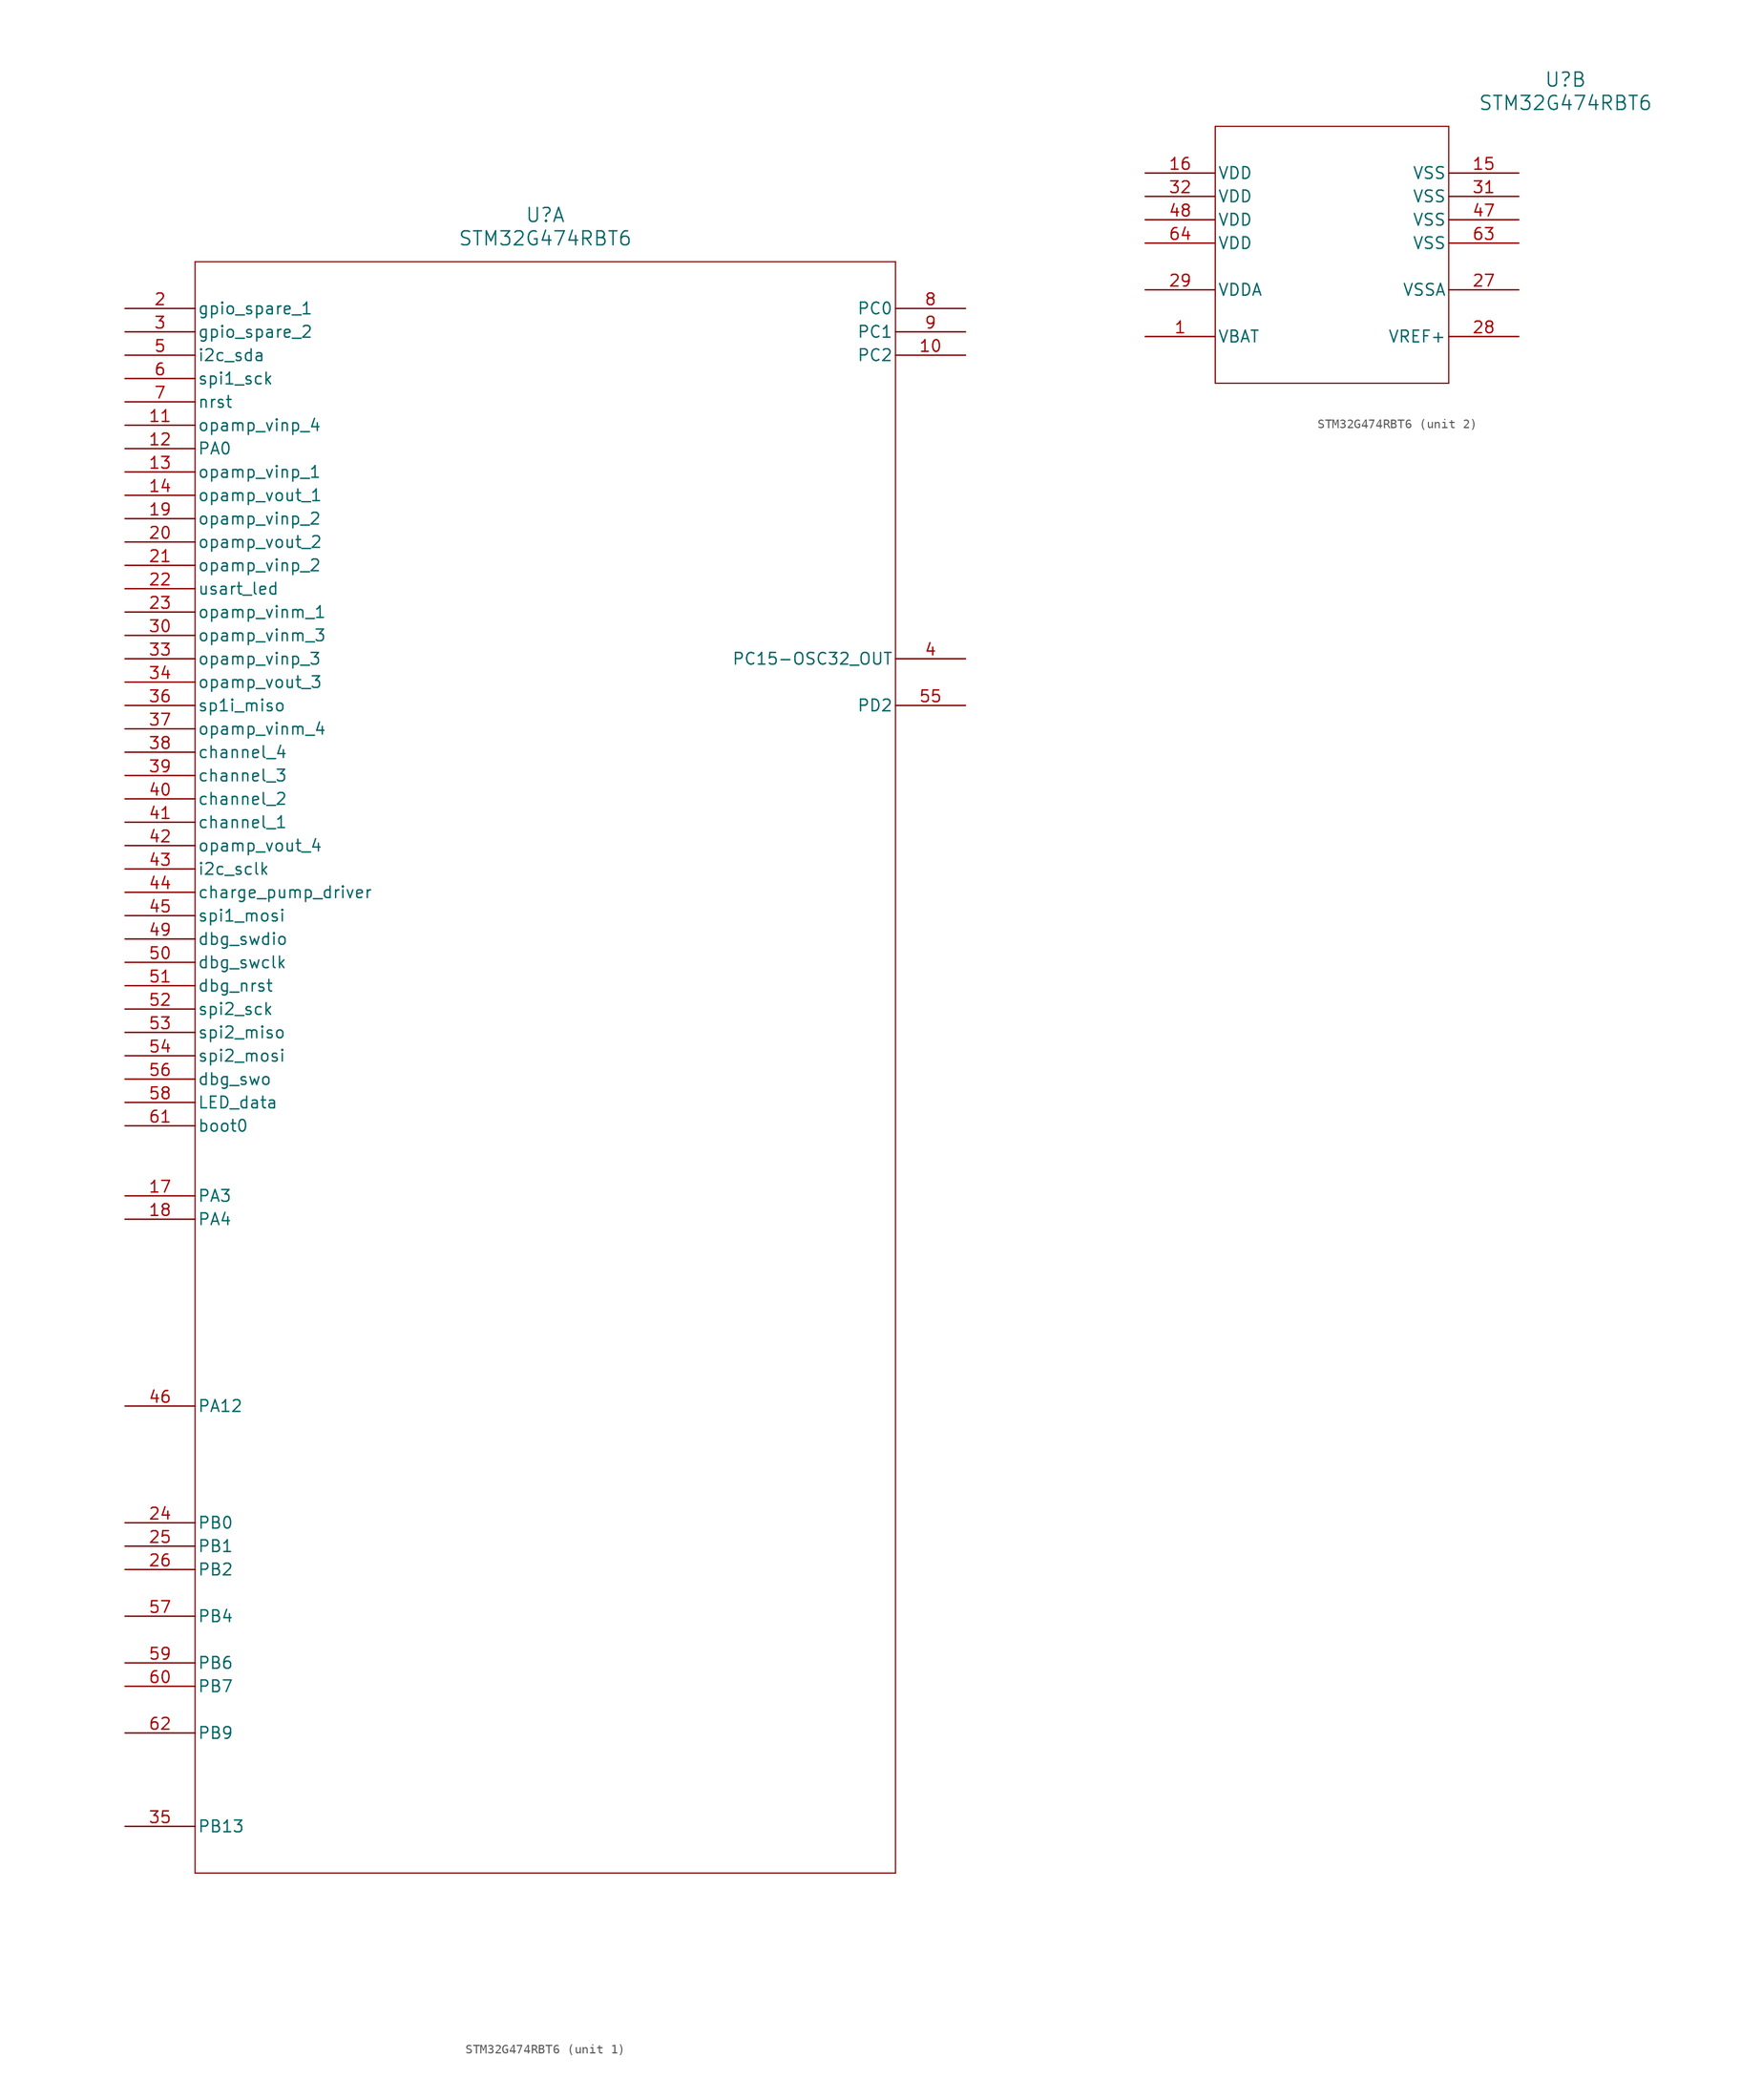
<source format=kicad_sym>
(kicad_symbol_lib
  (version 20211014)
  (generator kicad_symbol_editor)
  (symbol "STM32G474RBT6"
    (pin_names
      (offset 0.254))
    (property "Reference" "U"
      (at 45.72 10.16 0)
      (effects (font (size 1.524 1.524))))
    (property "Value" "STM32G474RBT6"
      (at 45.72 7.62 0)
      (effects (font (size 1.524 1.524))))
    (symbol "STM32G474RBT6_1_1"
      (polyline (pts (xy 7.62 5.08) (xy 7.62 -170.18)) (stroke (width 0.127) (type default) (color 0 0 0 0)) (fill (type none)))
      (polyline (pts (xy 7.62 -170.18) (xy 83.82 -170.18)) (stroke (width 0.127) (type default) (color 0 0 0 0)) (fill (type none)))
      (polyline (pts (xy 83.82 -170.18) (xy 83.82 5.08)) (stroke (width 0.127) (type default) (color 0 0 0 0)) (fill (type none)))
      (polyline (pts (xy 83.82 5.08) (xy 7.62 5.08)) (stroke (width 0.127) (type default) (color 0 0 0 0)) (fill (type none)))
      (pin unspecified line (at 0 0 0) (length 7.62) (name "gpio_spare_1" (effects (font (size 1.27 1.27)))) (number "2" (effects (font (size 1.27 1.27)))))
      (pin unspecified line (at 0 -2.54 0) (length 7.62) (name "gpio_spare_2" (effects (font (size 1.27 1.27)))) (number "3" (effects (font (size 1.27 1.27)))))
      (pin bidirectional line (at 91.44 -38.1 180) (length 7.62) (name "PC15-OSC32_OUT" (effects (font (size 1.27 1.27)))) (number "4" (effects (font (size 1.27 1.27)))))
      (pin unspecified line (at 0 -5.08 0) (length 7.62) (name "i2c_sda" (effects (font (size 1.27 1.27)))) (number "5" (effects (font (size 1.27 1.27)))))
      (pin unspecified line (at 0 -7.62 0) (length 7.62) (name "spi1_sck" (effects (font (size 1.27 1.27)))) (number "6" (effects (font (size 1.27 1.27)))))
      (pin unspecified line (at 0 -10.16 0) (length 7.62) (name "nrst" (effects (font (size 1.27 1.27)))) (number "7" (effects (font (size 1.27 1.27)))))
      (pin bidirectional line (at 91.44 0 180) (length 7.62) (name "PC0" (effects (font (size 1.27 1.27)))) (number "8" (effects (font (size 1.27 1.27)))))
      (pin bidirectional line (at 91.44 -2.54 180) (length 7.62) (name "PC1" (effects (font (size 1.27 1.27)))) (number "9" (effects (font (size 1.27 1.27)))))
      (pin bidirectional line (at 91.44 -5.08 180) (length 7.62) (name "PC2" (effects (font (size 1.27 1.27)))) (number "10" (effects (font (size 1.27 1.27)))))
      (pin unspecified line (at 0 -12.7 0) (length 7.62) (name "opamp_vinp_4" (effects (font (size 1.27 1.27)))) (number "11" (effects (font (size 1.27 1.27)))))
      (pin bidirectional line (at 0 -15.24 0) (length 7.62) (name "PA0" (effects (font (size 1.27 1.27)))) (number "12" (effects (font (size 1.27 1.27)))))
      (pin unspecified line (at 0 -17.78 0) (length 7.62) (name "opamp_vinp_1" (effects (font (size 1.27 1.27)))) (number "13" (effects (font (size 1.27 1.27)))))
      (pin unspecified line (at 0 -20.32 0) (length 7.62) (name "opamp_vout_1" (effects (font (size 1.27 1.27)))) (number "14" (effects (font (size 1.27 1.27)))))
      (pin bidirectional line (at 0 -96.52 0) (length 7.62) (name "PA3" (effects (font (size 1.27 1.27)))) (number "17" (effects (font (size 1.27 1.27)))))
      (pin bidirectional line (at 0 -99.06 0) (length 7.62) (name "PA4" (effects (font (size 1.27 1.27)))) (number "18" (effects (font (size 1.27 1.27)))))
      (pin unspecified line (at 0 -22.86 0) (length 7.62) (name "opamp_vinp_2" (effects (font (size 1.27 1.27)))) (number "19" (effects (font (size 1.27 1.27)))))
      (pin unspecified line (at 0 -25.4 0) (length 7.62) (name "opamp_vout_2" (effects (font (size 1.27 1.27)))) (number "20" (effects (font (size 1.27 1.27)))))
      (pin unspecified line (at 0 -27.94 0) (length 7.62) (name "opamp_vinp_2" (effects (font (size 1.27 1.27)))) (number "21" (effects (font (size 1.27 1.27)))))
      (pin unspecified line (at 0 -30.48 0) (length 7.62) (name "usart_led" (effects (font (size 1.27 1.27)))) (number "22" (effects (font (size 1.27 1.27)))))
      (pin unspecified line (at 0 -33.02 0) (length 7.62) (name "opamp_vinm_1" (effects (font (size 1.27 1.27)))) (number "23" (effects (font (size 1.27 1.27)))))
      (pin bidirectional line (at 0 -132.08 0) (length 7.62) (name "PB0" (effects (font (size 1.27 1.27)))) (number "24" (effects (font (size 1.27 1.27)))))
      (pin bidirectional line (at 0 -134.62 0) (length 7.62) (name "PB1" (effects (font (size 1.27 1.27)))) (number "25" (effects (font (size 1.27 1.27)))))
      (pin bidirectional line (at 0 -137.16 0) (length 7.62) (name "PB2" (effects (font (size 1.27 1.27)))) (number "26" (effects (font (size 1.27 1.27)))))
      (pin unspecified line (at 0 -35.56 0) (length 7.62) (name "opamp_vinm_3" (effects (font (size 1.27 1.27)))) (number "30" (effects (font (size 1.27 1.27)))))
      (pin unspecified line (at 0 -38.1 0) (length 7.62) (name "opamp_vinp_3" (effects (font (size 1.27 1.27)))) (number "33" (effects (font (size 1.27 1.27)))))
      (pin unspecified line (at 0 -40.64 0) (length 7.62) (name "opamp_vout_3" (effects (font (size 1.27 1.27)))) (number "34" (effects (font (size 1.27 1.27)))))
      (pin bidirectional line (at 0 -165.1 0) (length 7.62) (name "PB13" (effects (font (size 1.27 1.27)))) (number "35" (effects (font (size 1.27 1.27)))))
      (pin unspecified line (at 0 -43.18 0) (length 7.62) (name "sp1i_miso" (effects (font (size 1.27 1.27)))) (number "36" (effects (font (size 1.27 1.27)))))
      (pin unspecified line (at 0 -45.72 0) (length 7.62) (name "opamp_vinm_4" (effects (font (size 1.27 1.27)))) (number "37" (effects (font (size 1.27 1.27)))))
      (pin unspecified line (at 0 -48.26 0) (length 7.62) (name "channel_4" (effects (font (size 1.27 1.27)))) (number "38" (effects (font (size 1.27 1.27)))))
      (pin unspecified line (at 0 -50.8 0) (length 7.62) (name "channel_3" (effects (font (size 1.27 1.27)))) (number "39" (effects (font (size 1.27 1.27)))))
      (pin unspecified line (at 0 -53.34 0) (length 7.62) (name "channel_2" (effects (font (size 1.27 1.27)))) (number "40" (effects (font (size 1.27 1.27)))))
      (pin unspecified line (at 0 -55.88 0) (length 7.62) (name "channel_1" (effects (font (size 1.27 1.27)))) (number "41" (effects (font (size 1.27 1.27)))))
      (pin unspecified line (at 0 -58.42 0) (length 7.62) (name "opamp_vout_4" (effects (font (size 1.27 1.27)))) (number "42" (effects (font (size 1.27 1.27)))))
      (pin unspecified line (at 0 -60.96 0) (length 7.62) (name "i2c_sclk" (effects (font (size 1.27 1.27)))) (number "43" (effects (font (size 1.27 1.27)))))
      (pin unspecified line (at 0 -63.5 0) (length 7.62) (name "charge_pump_driver" (effects (font (size 1.27 1.27)))) (number "44" (effects (font (size 1.27 1.27)))))
      (pin unspecified line (at 0 -66.04 0) (length 7.62) (name "spi1_mosi" (effects (font (size 1.27 1.27)))) (number "45" (effects (font (size 1.27 1.27)))))
      (pin bidirectional line (at 0 -119.38 0) (length 7.62) (name "PA12" (effects (font (size 1.27 1.27)))) (number "46" (effects (font (size 1.27 1.27)))))
      (pin unspecified line (at 0 -68.58 0) (length 7.62) (name "dbg_swdio" (effects (font (size 1.27 1.27)))) (number "49" (effects (font (size 1.27 1.27)))))
      (pin unspecified line (at 0 -71.12 0) (length 7.62) (name "dbg_swclk" (effects (font (size 1.27 1.27)))) (number "50" (effects (font (size 1.27 1.27)))))
      (pin unspecified line (at 0 -73.66 0) (length 7.62) (name "dbg_nrst" (effects (font (size 1.27 1.27)))) (number "51" (effects (font (size 1.27 1.27)))))
      (pin unspecified line (at 0 -76.2 0) (length 7.62) (name "spi2_sck" (effects (font (size 1.27 1.27)))) (number "52" (effects (font (size 1.27 1.27)))))
      (pin unspecified line (at 0 -78.74 0) (length 7.62) (name "spi2_miso" (effects (font (size 1.27 1.27)))) (number "53" (effects (font (size 1.27 1.27)))))
      (pin unspecified line (at 0 -81.28 0) (length 7.62) (name "spi2_mosi" (effects (font (size 1.27 1.27)))) (number "54" (effects (font (size 1.27 1.27)))))
      (pin bidirectional line (at 91.44 -43.18 180) (length 7.62) (name "PD2" (effects (font (size 1.27 1.27)))) (number "55" (effects (font (size 1.27 1.27)))))
      (pin unspecified line (at 0 -83.82 0) (length 7.62) (name "dbg_swo" (effects (font (size 1.27 1.27)))) (number "56" (effects (font (size 1.27 1.27)))))
      (pin bidirectional line (at 0 -142.24 0) (length 7.62) (name "PB4" (effects (font (size 1.27 1.27)))) (number "57" (effects (font (size 1.27 1.27)))))
      (pin unspecified line (at 0 -86.36 0) (length 7.62) (name "LED_data" (effects (font (size 1.27 1.27)))) (number "58" (effects (font (size 1.27 1.27)))))
      (pin bidirectional line (at 0 -147.32 0) (length 7.62) (name "PB6" (effects (font (size 1.27 1.27)))) (number "59" (effects (font (size 1.27 1.27)))))
      (pin bidirectional line (at 0 -149.86 0) (length 7.62) (name "PB7" (effects (font (size 1.27 1.27)))) (number "60" (effects (font (size 1.27 1.27)))))
      (pin unspecified line (at 0 -88.9 0) (length 7.62) (name "boot0" (effects (font (size 1.27 1.27)))) (number "61" (effects (font (size 1.27 1.27)))))
      (pin bidirectional line (at 0 -154.94 0) (length 7.62) (name "PB9" (effects (font (size 1.27 1.27)))) (number "62" (effects (font (size 1.27 1.27))))))
    (symbol "STM32G474RBT6_2_1"
      (polyline (pts (xy 7.62 5.08) (xy 7.62 -22.86)) (stroke (width 0.127) (type default) (color 0 0 0 0)) (fill (type none)))
      (polyline (pts (xy 7.62 -22.86) (xy 33.02 -22.86)) (stroke (width 0.127) (type default) (color 0 0 0 0)) (fill (type none)))
      (polyline (pts (xy 33.02 -22.86) (xy 33.02 5.08)) (stroke (width 0.127) (type default) (color 0 0 0 0)) (fill (type none)))
      (polyline (pts (xy 33.02 5.08) (xy 7.62 5.08)) (stroke (width 0.127) (type default) (color 0 0 0 0)) (fill (type none)))
      (pin power_in line (at 0 -17.78 0) (length 7.62) (name "VBAT" (effects (font (size 1.27 1.27)))) (number "1" (effects (font (size 1.27 1.27)))))
      (pin power_in line (at 40.64 0 180) (length 7.62) (name "VSS" (effects (font (size 1.27 1.27)))) (number "15" (effects (font (size 1.27 1.27)))))
      (pin power_in line (at 0 0 0) (length 7.62) (name "VDD" (effects (font (size 1.27 1.27)))) (number "16" (effects (font (size 1.27 1.27)))))
      (pin power_in line (at 40.64 -12.7 180) (length 7.62) (name "VSSA" (effects (font (size 1.27 1.27)))) (number "27" (effects (font (size 1.27 1.27)))))
      (pin power_in line (at 40.64 -17.78 180) (length 7.62) (name "VREF+" (effects (font (size 1.27 1.27)))) (number "28" (effects (font (size 1.27 1.27)))))
      (pin power_in line (at 0 -12.7 0) (length 7.62) (name "VDDA" (effects (font (size 1.27 1.27)))) (number "29" (effects (font (size 1.27 1.27)))))
      (pin power_in line (at 40.64 -2.54 180) (length 7.62) (name "VSS" (effects (font (size 1.27 1.27)))) (number "31" (effects (font (size 1.27 1.27)))))
      (pin power_in line (at 0 -2.54 0) (length 7.62) (name "VDD" (effects (font (size 1.27 1.27)))) (number "32" (effects (font (size 1.27 1.27)))))
      (pin power_in line (at 40.64 -5.08 180) (length 7.62) (name "VSS" (effects (font (size 1.27 1.27)))) (number "47" (effects (font (size 1.27 1.27)))))
      (pin power_in line (at 0 -5.08 0) (length 7.62) (name "VDD" (effects (font (size 1.27 1.27)))) (number "48" (effects (font (size 1.27 1.27)))))
      (pin power_in line (at 40.64 -7.62 180) (length 7.62) (name "VSS" (effects (font (size 1.27 1.27)))) (number "63" (effects (font (size 1.27 1.27)))))
      (pin power_in line (at 0 -7.62 0) (length 7.62) (name "VDD" (effects (font (size 1.27 1.27)))) (number "64" (effects (font (size 1.27 1.27))))))))
</source>
